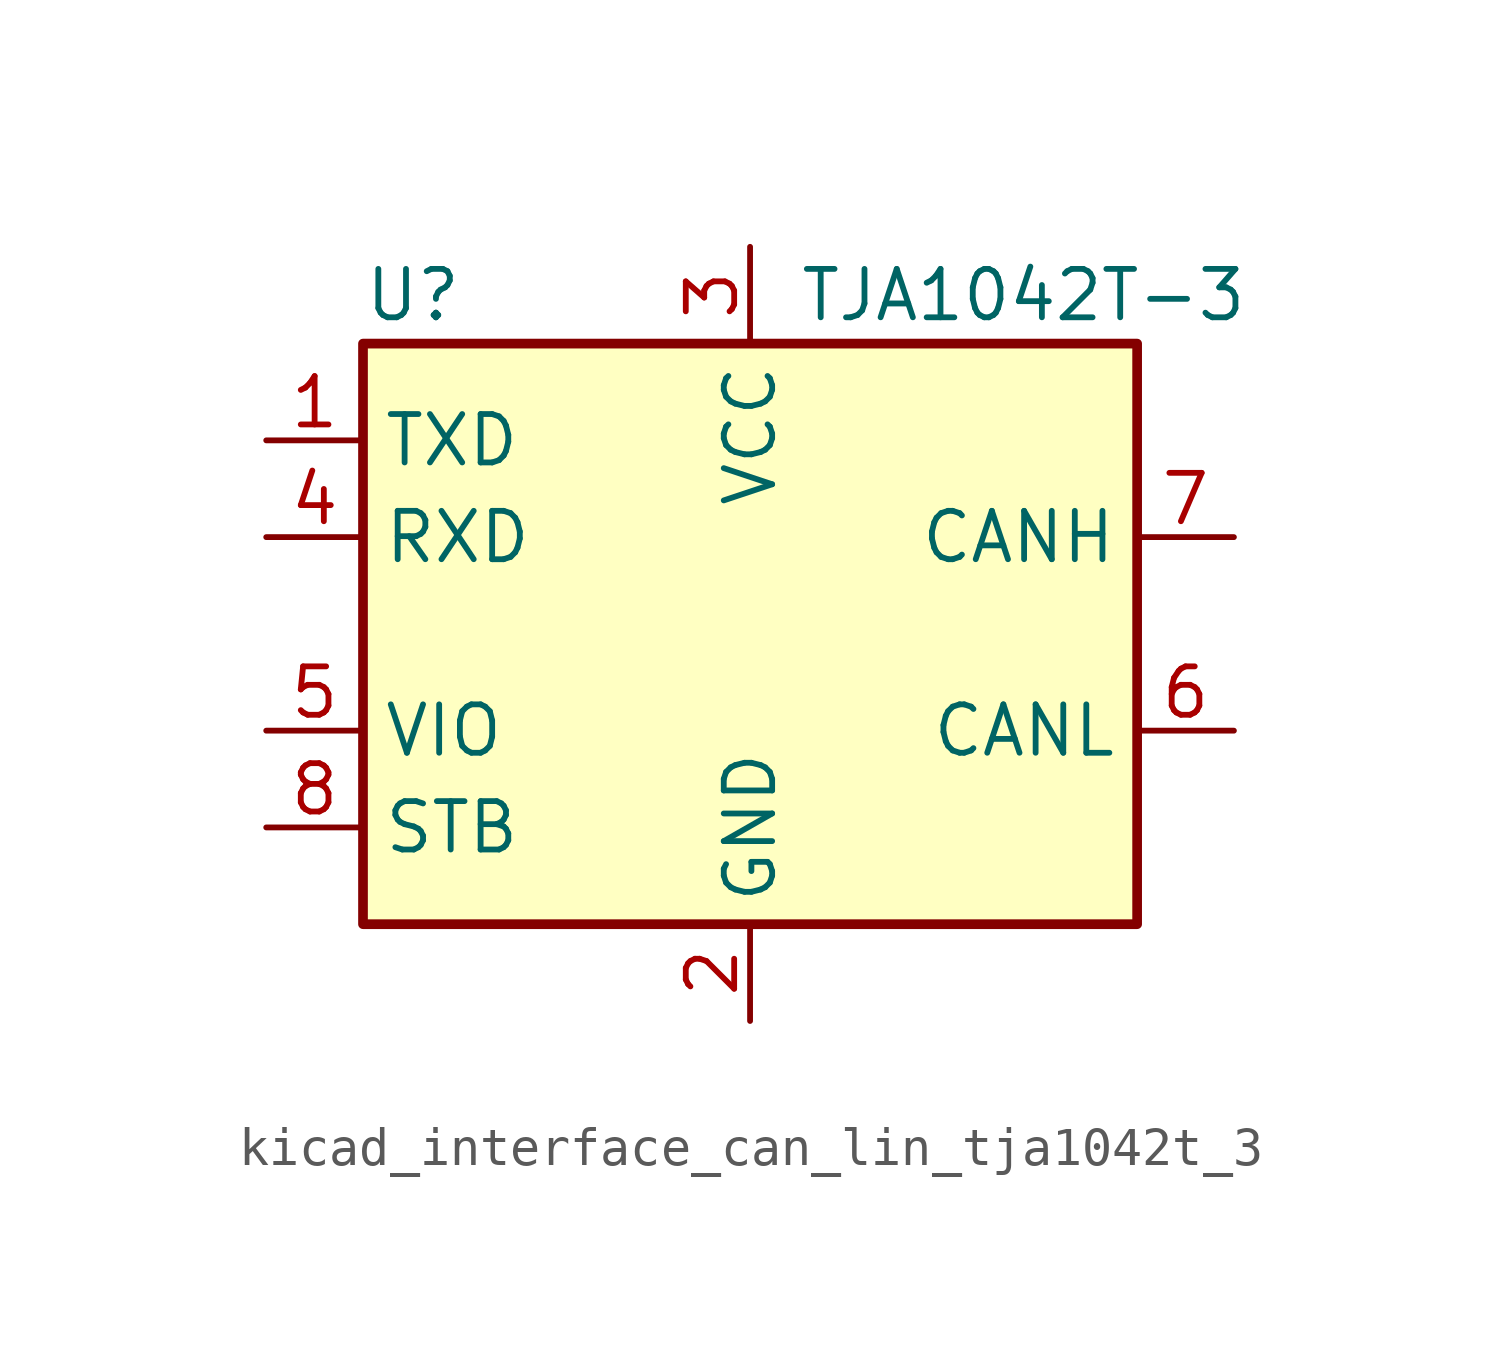
<source format=kicad_sym>
(kicad_symbol_lib
  (version 20220914)
  (generator kicad_symbol_editor)
  (symbol "kicad_interface_can_lin_tja1042t_3"
    (property "Reference" "U"
      (at -10.16 8.89 0)
      (effects (font (size 1.27 1.27)) (justify left)))
    (property "Value" "TJA1042T-3"
      (at 1.27 8.89 0)
      (effects (font (size 1.27 1.27)) (justify left)))
    (symbol "kicad_interface_can_lin_tja1042t_3_0_1"
      (rectangle (start -10.16 7.62) (end 10.16 -7.62) (stroke (width 0.254) (type default)) (fill (type background))))
    (symbol "kicad_interface_can_lin_tja1042t_3_1_1"
      (pin input line (at -12.7 5.08 0) (length 2.54) (name "TXD" (effects (font (size 1.27 1.27)))) (number "1" (effects (font (size 1.27 1.27)))))
      (pin power_in line (at 0 -10.16 90) (length 2.54) (name "GND" (effects (font (size 1.27 1.27)))) (number "2" (effects (font (size 1.27 1.27)))))
      (pin power_in line (at 0 10.16 270) (length 2.54) (name "VCC" (effects (font (size 1.27 1.27)))) (number "3" (effects (font (size 1.27 1.27)))))
      (pin output line (at -12.7 2.54 0) (length 2.54) (name "RXD" (effects (font (size 1.27 1.27)))) (number "4" (effects (font (size 1.27 1.27)))))
      (pin power_in line (at -12.7 -2.54 0) (length 2.54) (name "VIO" (effects (font (size 1.27 1.27)))) (number "5" (effects (font (size 1.27 1.27)))))
      (pin bidirectional line (at 12.7 -2.54 180) (length 2.54) (name "CANL" (effects (font (size 1.27 1.27)))) (number "6" (effects (font (size 1.27 1.27)))))
      (pin bidirectional line (at 12.7 2.54 180) (length 2.54) (name "CANH" (effects (font (size 1.27 1.27)))) (number "7" (effects (font (size 1.27 1.27)))))
      (pin input line (at -12.7 -5.08 0) (length 2.54) (name "STB" (effects (font (size 1.27 1.27)))) (number "8" (effects (font (size 1.27 1.27))))))))
</source>
